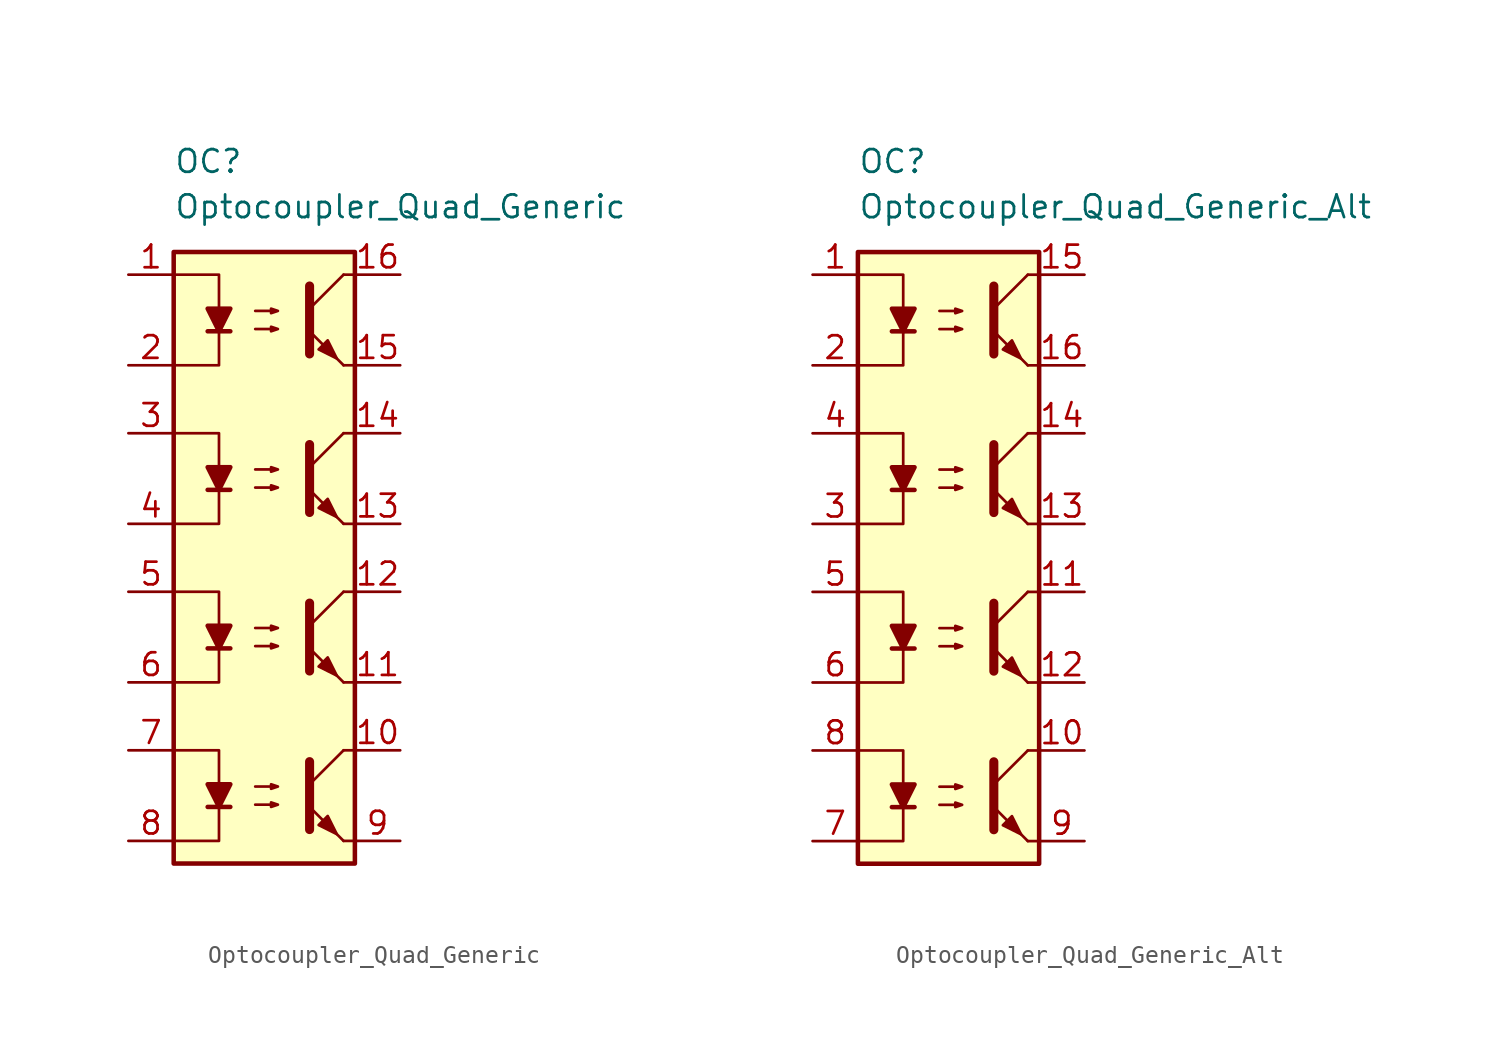
<source format=kicad_sym>
(kicad_symbol_lib
  (version 20211014)
  (generator kicad_symbol_editor)
  (symbol "Optocoupler_Quad_Generic"
    (pin_names
      (offset 1.016))
    (property "Reference" "OC"
      (at -5.08 17.78 0)
      (effects (font (size 1.27 1.27)) (justify left)))
    (property "Value" "Optocoupler_Quad_Generic"
      (at -5.08 15.24 0)
      (effects (font (size 1.27 1.27)) (justify left)))
    (symbol "Optocoupler_Quad_Generic_0_1"
      (rectangle (start -5.08 12.7) (end 5.08 -21.59) (stroke (width 0.254) (type default) (color 0 0 0 0)) (fill (type background)))
      (polyline (pts (xy -3.175 8.255) (xy -1.905 8.255)) (stroke (width 0.254) (type default) (color 0 0 0 0)) (fill (type none)))
      (polyline (pts (xy 2.54 9.525) (xy 4.445 11.43)) (stroke (width 0) (type default) (color 0 0 0 0)) (fill (type none)))
      (polyline (pts (xy 4.445 6.35) (xy 2.54 8.255)) (stroke (width 0) (type default) (color 0 0 0 0)) (fill (type outline)))
      (polyline (pts (xy 4.445 6.35) (xy 5.08 6.35)) (stroke (width 0) (type default) (color 0 0 0 0)) (fill (type none)))
      (polyline (pts (xy 4.445 11.43) (xy 5.08 11.43)) (stroke (width 0) (type default) (color 0 0 0 0)) (fill (type none)))
      (polyline (pts (xy -5.08 11.43) (xy -2.54 11.43) (xy -2.54 8.255)) (stroke (width 0) (type default) (color 0 0 0 0)) (fill (type none)))
      (polyline (pts (xy -2.54 8.255) (xy -2.54 6.35) (xy -5.08 6.35)) (stroke (width 0) (type default) (color 0 0 0 0)) (fill (type none)))
      (polyline (pts (xy 2.54 10.795) (xy 2.54 6.985) (xy 2.54 6.985)) (stroke (width 0.508) (type default) (color 0 0 0 0)) (fill (type none)))
      (polyline (pts (xy -2.54 8.255) (xy -3.175 9.525) (xy -1.905 9.525) (xy -2.54 8.255)) (stroke (width 0.254) (type default) (color 0 0 0 0)) (fill (type outline)))
      (polyline (pts (xy -0.508 8.382) (xy 0.762 8.382) (xy 0.381 8.255) (xy 0.381 8.509) (xy 0.762 8.382)) (stroke (width 0) (type default) (color 0 0 0 0)) (fill (type none)))
      (polyline (pts (xy -0.508 9.398) (xy 0.762 9.398) (xy 0.381 9.271) (xy 0.381 9.525) (xy 0.762 9.398)) (stroke (width 0) (type default) (color 0 0 0 0)) (fill (type none)))
      (polyline (pts (xy 3.048 7.239) (xy 3.556 7.747) (xy 4.064 6.731) (xy 3.048 7.239) (xy 3.048 7.239)) (stroke (width 0) (type default) (color 0 0 0 0)) (fill (type outline))))
    (symbol "Optocoupler_Quad_Generic_1_1"
      (polyline (pts (xy -3.175 -18.415) (xy -1.905 -18.415)) (stroke (width 0.254) (type default) (color 0 0 0 0)) (fill (type none)))
      (polyline (pts (xy -3.175 -9.525) (xy -1.905 -9.525)) (stroke (width 0.254) (type default) (color 0 0 0 0)) (fill (type none)))
      (polyline (pts (xy -3.175 -0.635) (xy -1.905 -0.635)) (stroke (width 0.254) (type default) (color 0 0 0 0)) (fill (type none)))
      (polyline (pts (xy 2.54 -17.145) (xy 4.445 -15.24)) (stroke (width 0) (type default) (color 0 0 0 0)) (fill (type none)))
      (polyline (pts (xy 2.54 -8.255) (xy 4.445 -6.35)) (stroke (width 0) (type default) (color 0 0 0 0)) (fill (type none)))
      (polyline (pts (xy 2.54 0.635) (xy 4.445 2.54)) (stroke (width 0) (type default) (color 0 0 0 0)) (fill (type none)))
      (polyline (pts (xy 4.445 -20.32) (xy 2.54 -18.415)) (stroke (width 0) (type default) (color 0 0 0 0)) (fill (type outline)))
      (polyline (pts (xy 4.445 -20.32) (xy 5.08 -20.32)) (stroke (width 0) (type default) (color 0 0 0 0)) (fill (type none)))
      (polyline (pts (xy 4.445 -15.24) (xy 5.08 -15.24)) (stroke (width 0) (type default) (color 0 0 0 0)) (fill (type none)))
      (polyline (pts (xy 4.445 -11.43) (xy 2.54 -9.525)) (stroke (width 0) (type default) (color 0 0 0 0)) (fill (type outline)))
      (polyline (pts (xy 4.445 -11.43) (xy 5.08 -11.43)) (stroke (width 0) (type default) (color 0 0 0 0)) (fill (type none)))
      (polyline (pts (xy 4.445 -6.35) (xy 5.08 -6.35)) (stroke (width 0) (type default) (color 0 0 0 0)) (fill (type none)))
      (polyline (pts (xy 4.445 -2.54) (xy 2.54 -0.635)) (stroke (width 0) (type default) (color 0 0 0 0)) (fill (type outline)))
      (polyline (pts (xy 4.445 -2.54) (xy 5.08 -2.54)) (stroke (width 0) (type default) (color 0 0 0 0)) (fill (type none)))
      (polyline (pts (xy 4.445 2.54) (xy 5.08 2.54)) (stroke (width 0) (type default) (color 0 0 0 0)) (fill (type none)))
      (polyline (pts (xy -5.08 -15.24) (xy -2.54 -15.24) (xy -2.54 -18.415)) (stroke (width 0) (type default) (color 0 0 0 0)) (fill (type none)))
      (polyline (pts (xy -5.08 -6.35) (xy -2.54 -6.35) (xy -2.54 -9.525)) (stroke (width 0) (type default) (color 0 0 0 0)) (fill (type none)))
      (polyline (pts (xy -5.08 2.54) (xy -2.54 2.54) (xy -2.54 -0.635)) (stroke (width 0) (type default) (color 0 0 0 0)) (fill (type none)))
      (polyline (pts (xy -2.54 -18.415) (xy -2.54 -20.32) (xy -5.08 -20.32)) (stroke (width 0) (type default) (color 0 0 0 0)) (fill (type none)))
      (polyline (pts (xy -2.54 -9.525) (xy -2.54 -11.43) (xy -5.08 -11.43)) (stroke (width 0) (type default) (color 0 0 0 0)) (fill (type none)))
      (polyline (pts (xy -2.54 -0.635) (xy -2.54 -2.54) (xy -5.08 -2.54)) (stroke (width 0) (type default) (color 0 0 0 0)) (fill (type none)))
      (polyline (pts (xy 2.54 -15.875) (xy 2.54 -19.685) (xy 2.54 -19.685)) (stroke (width 0.508) (type default) (color 0 0 0 0)) (fill (type none)))
      (polyline (pts (xy 2.54 -6.985) (xy 2.54 -10.795) (xy 2.54 -10.795)) (stroke (width 0.508) (type default) (color 0 0 0 0)) (fill (type none)))
      (polyline (pts (xy 2.54 1.905) (xy 2.54 -1.905) (xy 2.54 -1.905)) (stroke (width 0.508) (type default) (color 0 0 0 0)) (fill (type none)))
      (polyline (pts (xy -2.54 -18.415) (xy -3.175 -17.145) (xy -1.905 -17.145) (xy -2.54 -18.415)) (stroke (width 0.254) (type default) (color 0 0 0 0)) (fill (type outline)))
      (polyline (pts (xy -2.54 -9.525) (xy -3.175 -8.255) (xy -1.905 -8.255) (xy -2.54 -9.525)) (stroke (width 0.254) (type default) (color 0 0 0 0)) (fill (type outline)))
      (polyline (pts (xy -2.54 -0.635) (xy -3.175 0.635) (xy -1.905 0.635) (xy -2.54 -0.635)) (stroke (width 0.254) (type default) (color 0 0 0 0)) (fill (type outline)))
      (polyline (pts (xy -0.508 -18.288) (xy 0.762 -18.288) (xy 0.381 -18.415) (xy 0.381 -18.161) (xy 0.762 -18.288)) (stroke (width 0) (type default) (color 0 0 0 0)) (fill (type none)))
      (polyline (pts (xy -0.508 -17.272) (xy 0.762 -17.272) (xy 0.381 -17.399) (xy 0.381 -17.145) (xy 0.762 -17.272)) (stroke (width 0) (type default) (color 0 0 0 0)) (fill (type none)))
      (polyline (pts (xy -0.508 -9.398) (xy 0.762 -9.398) (xy 0.381 -9.525) (xy 0.381 -9.271) (xy 0.762 -9.398)) (stroke (width 0) (type default) (color 0 0 0 0)) (fill (type none)))
      (polyline (pts (xy -0.508 -8.382) (xy 0.762 -8.382) (xy 0.381 -8.509) (xy 0.381 -8.255) (xy 0.762 -8.382)) (stroke (width 0) (type default) (color 0 0 0 0)) (fill (type none)))
      (polyline (pts (xy -0.508 -0.508) (xy 0.762 -0.508) (xy 0.381 -0.635) (xy 0.381 -0.381) (xy 0.762 -0.508)) (stroke (width 0) (type default) (color 0 0 0 0)) (fill (type none)))
      (polyline (pts (xy -0.508 0.508) (xy 0.762 0.508) (xy 0.381 0.381) (xy 0.381 0.635) (xy 0.762 0.508)) (stroke (width 0) (type default) (color 0 0 0 0)) (fill (type none)))
      (polyline (pts (xy 3.048 -19.431) (xy 3.556 -18.923) (xy 4.064 -19.939) (xy 3.048 -19.431) (xy 3.048 -19.431)) (stroke (width 0) (type default) (color 0 0 0 0)) (fill (type outline)))
      (polyline (pts (xy 3.048 -10.541) (xy 3.556 -10.033) (xy 4.064 -11.049) (xy 3.048 -10.541) (xy 3.048 -10.541)) (stroke (width 0) (type default) (color 0 0 0 0)) (fill (type outline)))
      (polyline (pts (xy 3.048 -1.651) (xy 3.556 -1.143) (xy 4.064 -2.159) (xy 3.048 -1.651) (xy 3.048 -1.651)) (stroke (width 0) (type default) (color 0 0 0 0)) (fill (type outline)))
      (pin passive line (at -7.62 11.43 0) (length 2.54) (name "~" (effects (font (size 1.27 1.27)))) (number "1" (effects (font (size 1.27 1.27)))))
      (pin passive line (at 7.62 -15.24 180) (length 2.54) (name "~" (effects (font (size 1.27 1.27)))) (number "10" (effects (font (size 1.27 1.27)))))
      (pin passive line (at 7.62 -11.43 180) (length 2.54) (name "~" (effects (font (size 1.27 1.27)))) (number "11" (effects (font (size 1.27 1.27)))))
      (pin passive line (at 7.62 -6.35 180) (length 2.54) (name "~" (effects (font (size 1.27 1.27)))) (number "12" (effects (font (size 1.27 1.27)))))
      (pin passive line (at 7.62 -2.54 180) (length 2.54) (name "~" (effects (font (size 1.27 1.27)))) (number "13" (effects (font (size 1.27 1.27)))))
      (pin passive line (at 7.62 2.54 180) (length 2.54) (name "~" (effects (font (size 1.27 1.27)))) (number "14" (effects (font (size 1.27 1.27)))))
      (pin passive line (at 7.62 6.35 180) (length 2.54) (name "~" (effects (font (size 1.27 1.27)))) (number "15" (effects (font (size 1.27 1.27)))))
      (pin passive line (at 7.62 11.43 180) (length 2.54) (name "~" (effects (font (size 1.27 1.27)))) (number "16" (effects (font (size 1.27 1.27)))))
      (pin passive line (at -7.62 6.35 0) (length 2.54) (name "~" (effects (font (size 1.27 1.27)))) (number "2" (effects (font (size 1.27 1.27)))))
      (pin passive line (at -7.62 2.54 0) (length 2.54) (name "~" (effects (font (size 1.27 1.27)))) (number "3" (effects (font (size 1.27 1.27)))))
      (pin passive line (at -7.62 -2.54 0) (length 2.54) (name "~" (effects (font (size 1.27 1.27)))) (number "4" (effects (font (size 1.27 1.27)))))
      (pin passive line (at -7.62 -6.35 0) (length 2.54) (name "~" (effects (font (size 1.27 1.27)))) (number "5" (effects (font (size 1.27 1.27)))))
      (pin passive line (at -7.62 -11.43 0) (length 2.54) (name "~" (effects (font (size 1.27 1.27)))) (number "6" (effects (font (size 1.27 1.27)))))
      (pin passive line (at -7.62 -15.24 0) (length 2.54) (name "~" (effects (font (size 1.27 1.27)))) (number "7" (effects (font (size 1.27 1.27)))))
      (pin passive line (at -7.62 -20.32 0) (length 2.54) (name "~" (effects (font (size 1.27 1.27)))) (number "8" (effects (font (size 1.27 1.27)))))
      (pin passive line (at 7.62 -20.32 180) (length 2.54) (name "~" (effects (font (size 1.27 1.27)))) (number "9" (effects (font (size 1.27 1.27)))))))
  (symbol "Optocoupler_Quad_Generic_Alt"
    (pin_names
      (offset 1.016))
    (property "Reference" "OC"
      (at -5.08 17.78 0)
      (effects (font (size 1.27 1.27)) (justify left)))
    (property "Value" "Optocoupler_Quad_Generic_Alt"
      (at -5.08 15.24 0)
      (effects (font (size 1.27 1.27)) (justify left)))
    (symbol "Optocoupler_Quad_Generic_Alt_0_1"
      (rectangle (start -5.08 12.7) (end 5.08 -21.59) (stroke (width 0.254) (type default) (color 0 0 0 0)) (fill (type background)))
      (polyline (pts (xy -3.175 8.255) (xy -1.905 8.255)) (stroke (width 0.254) (type default) (color 0 0 0 0)) (fill (type none)))
      (polyline (pts (xy 2.54 9.525) (xy 4.445 11.43)) (stroke (width 0) (type default) (color 0 0 0 0)) (fill (type none)))
      (polyline (pts (xy 4.445 6.35) (xy 2.54 8.255)) (stroke (width 0) (type default) (color 0 0 0 0)) (fill (type outline)))
      (polyline (pts (xy 4.445 6.35) (xy 5.08 6.35)) (stroke (width 0) (type default) (color 0 0 0 0)) (fill (type none)))
      (polyline (pts (xy 4.445 11.43) (xy 5.08 11.43)) (stroke (width 0) (type default) (color 0 0 0 0)) (fill (type none)))
      (polyline (pts (xy -5.08 11.43) (xy -2.54 11.43) (xy -2.54 8.255)) (stroke (width 0) (type default) (color 0 0 0 0)) (fill (type none)))
      (polyline (pts (xy -2.54 8.255) (xy -2.54 6.35) (xy -5.08 6.35)) (stroke (width 0) (type default) (color 0 0 0 0)) (fill (type none)))
      (polyline (pts (xy 2.54 10.795) (xy 2.54 6.985) (xy 2.54 6.985)) (stroke (width 0.508) (type default) (color 0 0 0 0)) (fill (type none)))
      (polyline (pts (xy -2.54 8.255) (xy -3.175 9.525) (xy -1.905 9.525) (xy -2.54 8.255)) (stroke (width 0.254) (type default) (color 0 0 0 0)) (fill (type outline)))
      (polyline (pts (xy -0.508 8.382) (xy 0.762 8.382) (xy 0.381 8.255) (xy 0.381 8.509) (xy 0.762 8.382)) (stroke (width 0) (type default) (color 0 0 0 0)) (fill (type none)))
      (polyline (pts (xy -0.508 9.398) (xy 0.762 9.398) (xy 0.381 9.271) (xy 0.381 9.525) (xy 0.762 9.398)) (stroke (width 0) (type default) (color 0 0 0 0)) (fill (type none)))
      (polyline (pts (xy 3.048 7.239) (xy 3.556 7.747) (xy 4.064 6.731) (xy 3.048 7.239) (xy 3.048 7.239)) (stroke (width 0) (type default) (color 0 0 0 0)) (fill (type outline))))
    (symbol "Optocoupler_Quad_Generic_Alt_1_1"
      (polyline (pts (xy -3.175 -18.415) (xy -1.905 -18.415)) (stroke (width 0.254) (type default) (color 0 0 0 0)) (fill (type none)))
      (polyline (pts (xy -3.175 -9.525) (xy -1.905 -9.525)) (stroke (width 0.254) (type default) (color 0 0 0 0)) (fill (type none)))
      (polyline (pts (xy -3.175 -0.635) (xy -1.905 -0.635)) (stroke (width 0.254) (type default) (color 0 0 0 0)) (fill (type none)))
      (polyline (pts (xy 2.54 -17.145) (xy 4.445 -15.24)) (stroke (width 0) (type default) (color 0 0 0 0)) (fill (type none)))
      (polyline (pts (xy 2.54 -8.255) (xy 4.445 -6.35)) (stroke (width 0) (type default) (color 0 0 0 0)) (fill (type none)))
      (polyline (pts (xy 2.54 0.635) (xy 4.445 2.54)) (stroke (width 0) (type default) (color 0 0 0 0)) (fill (type none)))
      (polyline (pts (xy 4.445 -20.32) (xy 2.54 -18.415)) (stroke (width 0) (type default) (color 0 0 0 0)) (fill (type outline)))
      (polyline (pts (xy 4.445 -20.32) (xy 5.08 -20.32)) (stroke (width 0) (type default) (color 0 0 0 0)) (fill (type none)))
      (polyline (pts (xy 4.445 -15.24) (xy 5.08 -15.24)) (stroke (width 0) (type default) (color 0 0 0 0)) (fill (type none)))
      (polyline (pts (xy 4.445 -11.43) (xy 2.54 -9.525)) (stroke (width 0) (type default) (color 0 0 0 0)) (fill (type outline)))
      (polyline (pts (xy 4.445 -11.43) (xy 5.08 -11.43)) (stroke (width 0) (type default) (color 0 0 0 0)) (fill (type none)))
      (polyline (pts (xy 4.445 -6.35) (xy 5.08 -6.35)) (stroke (width 0) (type default) (color 0 0 0 0)) (fill (type none)))
      (polyline (pts (xy 4.445 -2.54) (xy 2.54 -0.635)) (stroke (width 0) (type default) (color 0 0 0 0)) (fill (type outline)))
      (polyline (pts (xy 4.445 -2.54) (xy 5.08 -2.54)) (stroke (width 0) (type default) (color 0 0 0 0)) (fill (type none)))
      (polyline (pts (xy 4.445 2.54) (xy 5.08 2.54)) (stroke (width 0) (type default) (color 0 0 0 0)) (fill (type none)))
      (polyline (pts (xy -5.08 -15.24) (xy -2.54 -15.24) (xy -2.54 -18.415)) (stroke (width 0) (type default) (color 0 0 0 0)) (fill (type none)))
      (polyline (pts (xy -5.08 -6.35) (xy -2.54 -6.35) (xy -2.54 -9.525)) (stroke (width 0) (type default) (color 0 0 0 0)) (fill (type none)))
      (polyline (pts (xy -5.08 2.54) (xy -2.54 2.54) (xy -2.54 -0.635)) (stroke (width 0) (type default) (color 0 0 0 0)) (fill (type none)))
      (polyline (pts (xy -2.54 -18.415) (xy -2.54 -20.32) (xy -5.08 -20.32)) (stroke (width 0) (type default) (color 0 0 0 0)) (fill (type none)))
      (polyline (pts (xy -2.54 -9.525) (xy -2.54 -11.43) (xy -5.08 -11.43)) (stroke (width 0) (type default) (color 0 0 0 0)) (fill (type none)))
      (polyline (pts (xy -2.54 -0.635) (xy -2.54 -2.54) (xy -5.08 -2.54)) (stroke (width 0) (type default) (color 0 0 0 0)) (fill (type none)))
      (polyline (pts (xy 2.54 -15.875) (xy 2.54 -19.685) (xy 2.54 -19.685)) (stroke (width 0.508) (type default) (color 0 0 0 0)) (fill (type none)))
      (polyline (pts (xy 2.54 -6.985) (xy 2.54 -10.795) (xy 2.54 -10.795)) (stroke (width 0.508) (type default) (color 0 0 0 0)) (fill (type none)))
      (polyline (pts (xy 2.54 1.905) (xy 2.54 -1.905) (xy 2.54 -1.905)) (stroke (width 0.508) (type default) (color 0 0 0 0)) (fill (type none)))
      (polyline (pts (xy -2.54 -18.415) (xy -3.175 -17.145) (xy -1.905 -17.145) (xy -2.54 -18.415)) (stroke (width 0.254) (type default) (color 0 0 0 0)) (fill (type outline)))
      (polyline (pts (xy -2.54 -9.525) (xy -3.175 -8.255) (xy -1.905 -8.255) (xy -2.54 -9.525)) (stroke (width 0.254) (type default) (color 0 0 0 0)) (fill (type outline)))
      (polyline (pts (xy -2.54 -0.635) (xy -3.175 0.635) (xy -1.905 0.635) (xy -2.54 -0.635)) (stroke (width 0.254) (type default) (color 0 0 0 0)) (fill (type outline)))
      (polyline (pts (xy -0.508 -18.288) (xy 0.762 -18.288) (xy 0.381 -18.415) (xy 0.381 -18.161) (xy 0.762 -18.288)) (stroke (width 0) (type default) (color 0 0 0 0)) (fill (type none)))
      (polyline (pts (xy -0.508 -17.272) (xy 0.762 -17.272) (xy 0.381 -17.399) (xy 0.381 -17.145) (xy 0.762 -17.272)) (stroke (width 0) (type default) (color 0 0 0 0)) (fill (type none)))
      (polyline (pts (xy -0.508 -9.398) (xy 0.762 -9.398) (xy 0.381 -9.525) (xy 0.381 -9.271) (xy 0.762 -9.398)) (stroke (width 0) (type default) (color 0 0 0 0)) (fill (type none)))
      (polyline (pts (xy -0.508 -8.382) (xy 0.762 -8.382) (xy 0.381 -8.509) (xy 0.381 -8.255) (xy 0.762 -8.382)) (stroke (width 0) (type default) (color 0 0 0 0)) (fill (type none)))
      (polyline (pts (xy -0.508 -0.508) (xy 0.762 -0.508) (xy 0.381 -0.635) (xy 0.381 -0.381) (xy 0.762 -0.508)) (stroke (width 0) (type default) (color 0 0 0 0)) (fill (type none)))
      (polyline (pts (xy -0.508 0.508) (xy 0.762 0.508) (xy 0.381 0.381) (xy 0.381 0.635) (xy 0.762 0.508)) (stroke (width 0) (type default) (color 0 0 0 0)) (fill (type none)))
      (polyline (pts (xy 3.048 -19.431) (xy 3.556 -18.923) (xy 4.064 -19.939) (xy 3.048 -19.431) (xy 3.048 -19.431)) (stroke (width 0) (type default) (color 0 0 0 0)) (fill (type outline)))
      (polyline (pts (xy 3.048 -10.541) (xy 3.556 -10.033) (xy 4.064 -11.049) (xy 3.048 -10.541) (xy 3.048 -10.541)) (stroke (width 0) (type default) (color 0 0 0 0)) (fill (type outline)))
      (polyline (pts (xy 3.048 -1.651) (xy 3.556 -1.143) (xy 4.064 -2.159) (xy 3.048 -1.651) (xy 3.048 -1.651)) (stroke (width 0) (type default) (color 0 0 0 0)) (fill (type outline)))
      (pin passive line (at -7.62 11.43 0) (length 2.54) (name "~" (effects (font (size 1.27 1.27)))) (number "1" (effects (font (size 1.27 1.27)))))
      (pin passive line (at 7.62 -15.24 180) (length 2.54) (name "~" (effects (font (size 1.27 1.27)))) (number "10" (effects (font (size 1.27 1.27)))))
      (pin passive line (at 7.62 -6.35 180) (length 2.54) (name "~" (effects (font (size 1.27 1.27)))) (number "11" (effects (font (size 1.27 1.27)))))
      (pin passive line (at 7.62 -11.43 180) (length 2.54) (name "~" (effects (font (size 1.27 1.27)))) (number "12" (effects (font (size 1.27 1.27)))))
      (pin passive line (at 7.62 -2.54 180) (length 2.54) (name "~" (effects (font (size 1.27 1.27)))) (number "13" (effects (font (size 1.27 1.27)))))
      (pin passive line (at 7.62 2.54 180) (length 2.54) (name "~" (effects (font (size 1.27 1.27)))) (number "14" (effects (font (size 1.27 1.27)))))
      (pin passive line (at 7.62 11.43 180) (length 2.54) (name "~" (effects (font (size 1.27 1.27)))) (number "15" (effects (font (size 1.27 1.27)))))
      (pin passive line (at 7.62 6.35 180) (length 2.54) (name "~" (effects (font (size 1.27 1.27)))) (number "16" (effects (font (size 1.27 1.27)))))
      (pin passive line (at -7.62 6.35 0) (length 2.54) (name "~" (effects (font (size 1.27 1.27)))) (number "2" (effects (font (size 1.27 1.27)))))
      (pin passive line (at -7.62 -2.54 0) (length 2.54) (name "~" (effects (font (size 1.27 1.27)))) (number "3" (effects (font (size 1.27 1.27)))))
      (pin passive line (at -7.62 2.54 0) (length 2.54) (name "~" (effects (font (size 1.27 1.27)))) (number "4" (effects (font (size 1.27 1.27)))))
      (pin passive line (at -7.62 -6.35 0) (length 2.54) (name "~" (effects (font (size 1.27 1.27)))) (number "5" (effects (font (size 1.27 1.27)))))
      (pin passive line (at -7.62 -11.43 0) (length 2.54) (name "~" (effects (font (size 1.27 1.27)))) (number "6" (effects (font (size 1.27 1.27)))))
      (pin passive line (at -7.62 -20.32 0) (length 2.54) (name "~" (effects (font (size 1.27 1.27)))) (number "7" (effects (font (size 1.27 1.27)))))
      (pin passive line (at -7.62 -15.24 0) (length 2.54) (name "~" (effects (font (size 1.27 1.27)))) (number "8" (effects (font (size 1.27 1.27)))))
      (pin passive line (at 7.62 -20.32 180) (length 2.54) (name "~" (effects (font (size 1.27 1.27)))) (number "9" (effects (font (size 1.27 1.27))))))))
</source>
